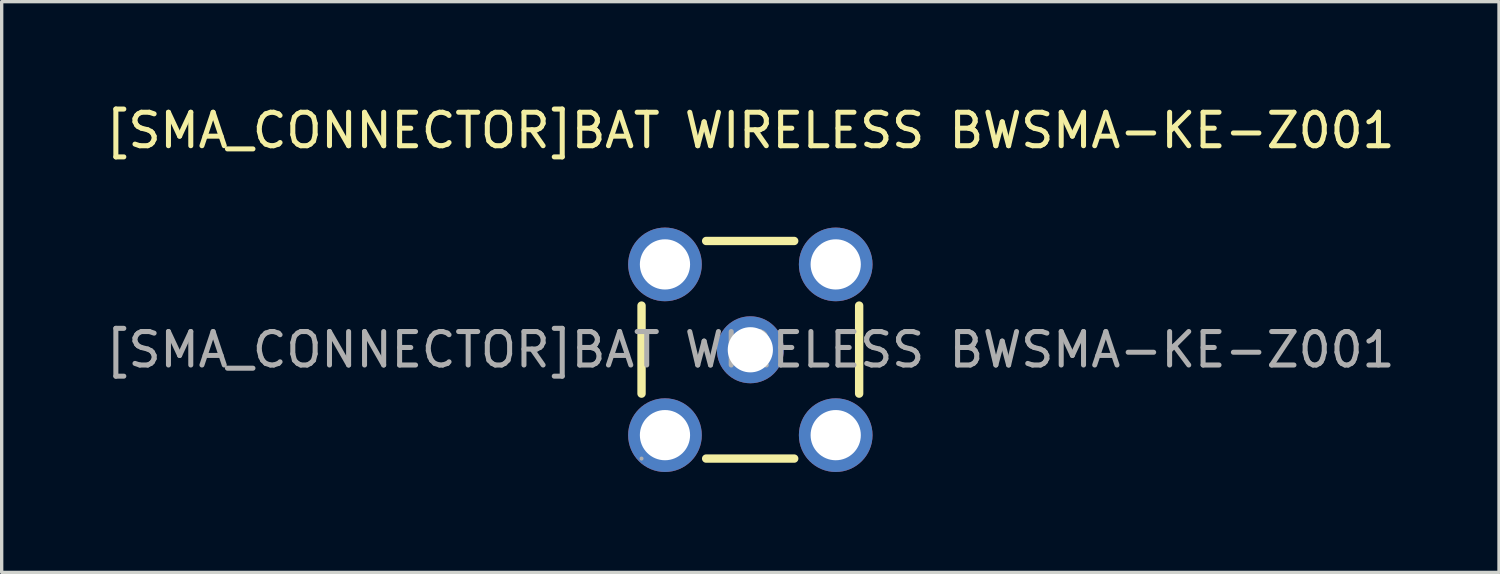
<source format=kicad_pcb>
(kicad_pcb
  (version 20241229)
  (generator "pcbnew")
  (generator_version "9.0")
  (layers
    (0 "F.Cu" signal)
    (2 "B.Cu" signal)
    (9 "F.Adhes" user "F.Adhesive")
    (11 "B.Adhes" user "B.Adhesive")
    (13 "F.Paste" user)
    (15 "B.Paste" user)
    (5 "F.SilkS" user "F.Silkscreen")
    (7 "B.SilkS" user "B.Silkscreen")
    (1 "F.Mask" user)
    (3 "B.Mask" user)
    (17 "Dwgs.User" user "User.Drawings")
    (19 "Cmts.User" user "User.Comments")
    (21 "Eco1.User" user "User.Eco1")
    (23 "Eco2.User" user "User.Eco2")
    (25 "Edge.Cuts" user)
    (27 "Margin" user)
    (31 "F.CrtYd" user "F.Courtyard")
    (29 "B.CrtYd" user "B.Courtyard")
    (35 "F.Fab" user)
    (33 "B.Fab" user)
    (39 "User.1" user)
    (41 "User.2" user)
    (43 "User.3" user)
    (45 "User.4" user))
  (footprint "[SMA_CONNECTOR]BAT WIRELESS BWSMA-KE-Z001"
    (layer "F.Cu")
    (at 19.363 7.398)
    (property "Reference" "[SMA_CONNECTOR]BAT WIRELESS BWSMA-KE-Z001" (at 0 -6.55 0) (layer "F.SilkS") (effects (font (size 1 1) (thickness 0.15))))
    (attr through_hole)
    (fp_line (start -3.25 -1.32) (end -3.25 1.31) (stroke (width 0.25) (type solid)) (layer "F.SilkS"))
    (fp_line (start -1.32 3.25) (end 1.31 3.25) (stroke (width 0.25) (type solid)) (layer "F.SilkS"))
    (fp_line (start 1.31 -3.25) (end -1.32 -3.25) (stroke (width 0.25) (type solid)) (layer "F.SilkS"))
    (fp_line (start 3.25 1.31) (end 3.25 -1.32) (stroke (width 0.25) (type solid)) (layer "F.SilkS"))
    (fp_circle (center -3.25 3.25) (end -3.22 3.25) (stroke (width 0.06) (type solid)) (fill no) (layer "F.Fab"))
    (fp_circle (center 0 0) (end 0.21 0) (stroke (width 0.42) (type solid)) (fill no) (layer "F.Fab"))
    (fp_text user "${REFERENCE}" (at 0 0 0) (layer "F.Fab") (effects (font (size 1 1) (thickness 0.15))))
    (pad "1" thru_hole circle (at -2.55 2.55) (size 2.2 2.2) (drill 1.5) (layers "*.Cu" "*.Mask"))
    (pad "2" thru_hole circle (at -2.55 -2.55) (size 2.2 2.2) (drill 1.5) (layers "*.Cu" "*.Mask"))
    (pad "3" thru_hole circle (at 2.55 -2.55) (size 2.2 2.2) (drill 1.5) (layers "*.Cu" "*.Mask"))
    (pad "4" thru_hole circle (at 2.55 2.55) (size 2.2 2.2) (drill 1.5) (layers "*.Cu" "*.Mask"))
    (pad "5" thru_hole circle (at 0 0) (size 2 2) (drill 1.35) (layers "*.Cu" "*.Mask")))
  (gr_rect
    (start -3 -3)
    (end 41.726 14.048)
    (stroke (width 0.1) (type default))
    (fill no)
    (layer "Edge.Cuts")))
</source>
